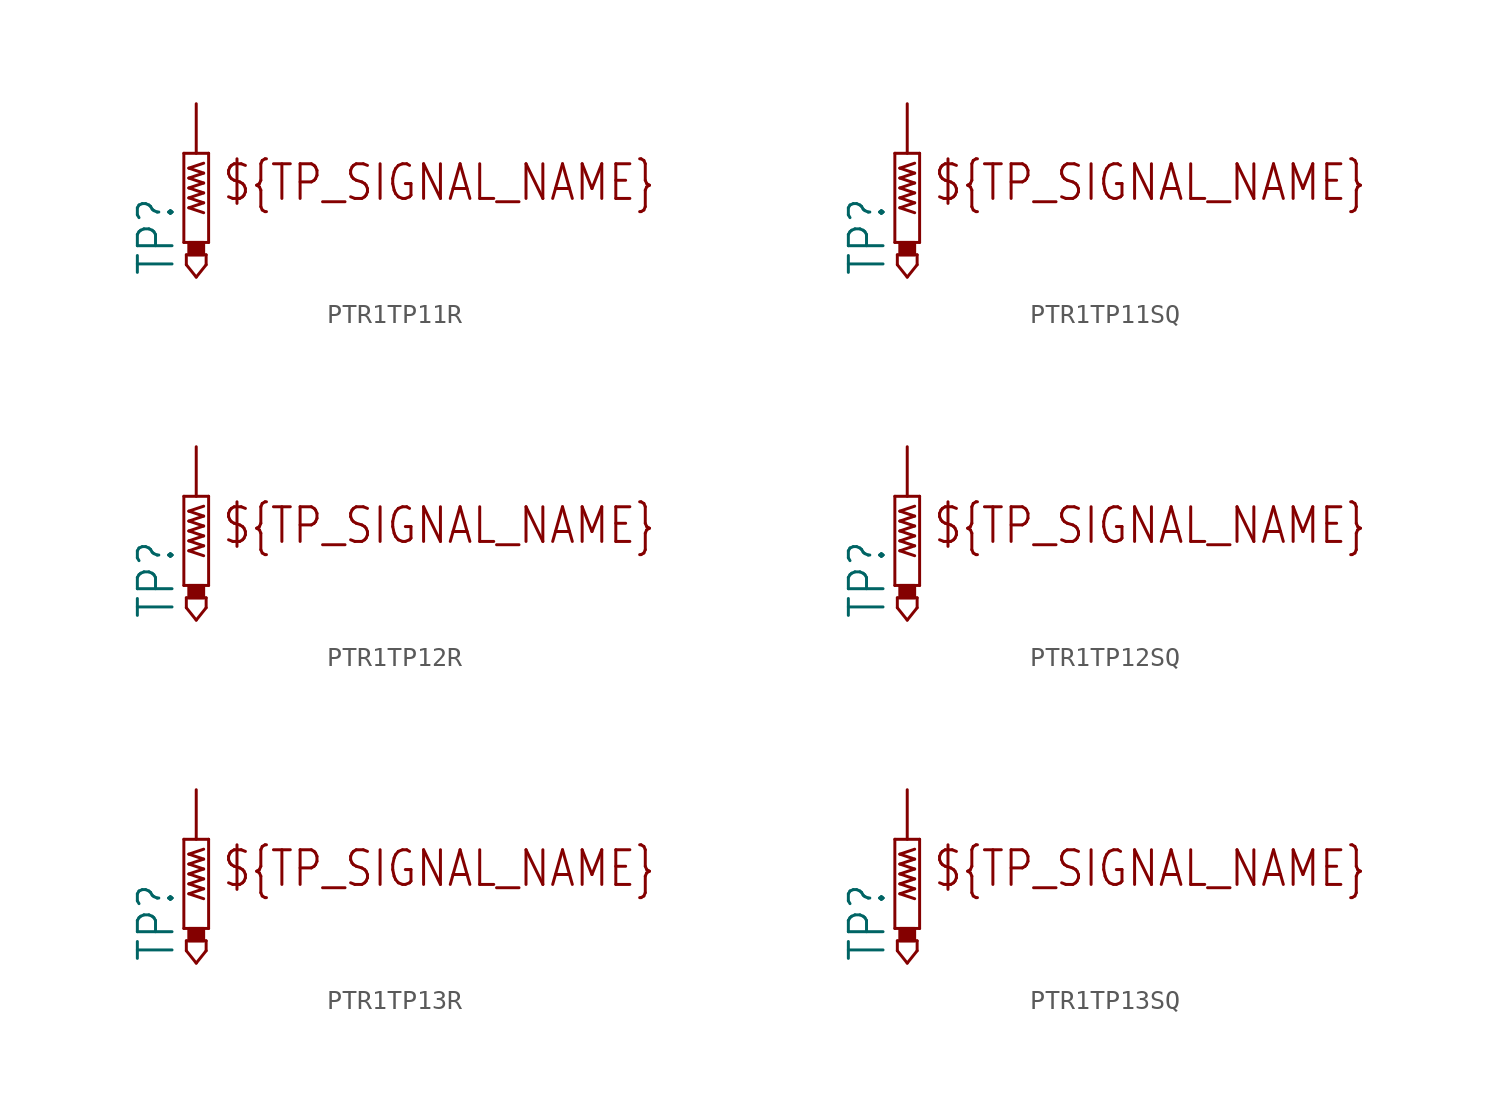
<source format=kicad_sym>
(kicad_symbol_lib
  (version 20241209)
  (generator "kicad_symbol_editor")
  (generator_version "9.0")
  (symbol "PTR1TP11R"
    (property "Reference" "TP"
      (at -1.016 -6.35 90)
      (effects (font (size 1.778 1.511)) (justify left bottom)))
    (property "ki_locked" ""
      (at 0 0 0)
      (effects (font (size 1.27 1.27))))
    (symbol "PTR1TP11R_1_0"
      (polyline (pts (xy -0.635 0) (xy -0.635 -4.572)) (stroke (width 0.152) (type solid)) (fill (type none)))
      (polyline (pts (xy -0.508 -5.207) (xy -0.508 -5.715)) (stroke (width 0.152) (type solid)) (fill (type none)))
      (polyline (pts (xy -0.508 -5.715) (xy 0 -6.35)) (stroke (width 0.152) (type solid)) (fill (type none)))
      (polyline (pts (xy -0.381 -0.762) (xy 0.381 -0.508)) (stroke (width 0.152) (type solid)) (fill (type none)))
      (polyline (pts (xy -0.381 -1.27) (xy 0.381 -1.016)) (stroke (width 0.152) (type solid)) (fill (type none)))
      (polyline (pts (xy -0.381 -1.778) (xy 0.381 -1.524)) (stroke (width 0.152) (type solid)) (fill (type none)))
      (polyline (pts (xy -0.381 -2.286) (xy 0.381 -2.032)) (stroke (width 0.152) (type solid)) (fill (type none)))
      (polyline (pts (xy -0.381 -2.794) (xy 0.381 -2.54)) (stroke (width 0.152) (type solid)) (fill (type none)))
      (rectangle (start -0.381 -5.207) (end 0.381 -4.572) (stroke (width 0) (type default)) (fill (type outline)))
      (polyline (pts (xy 0 -6.35) (xy 0.508 -5.715)) (stroke (width 0.152) (type solid)) (fill (type none)))
      (polyline (pts (xy 0.381 -1.016) (xy -0.381 -0.762)) (stroke (width 0.152) (type solid)) (fill (type none)))
      (polyline (pts (xy 0.381 -1.524) (xy -0.381 -1.27)) (stroke (width 0.152) (type solid)) (fill (type none)))
      (polyline (pts (xy 0.381 -2.032) (xy -0.381 -1.778)) (stroke (width 0.152) (type solid)) (fill (type none)))
      (polyline (pts (xy 0.381 -2.54) (xy -0.381 -2.286)) (stroke (width 0.152) (type solid)) (fill (type none)))
      (polyline (pts (xy 0.381 -3.048) (xy -0.381 -2.794)) (stroke (width 0.152) (type solid)) (fill (type none)))
      (polyline (pts (xy 0.508 -5.207) (xy -0.508 -5.207)) (stroke (width 0.152) (type solid)) (fill (type none)))
      (polyline (pts (xy 0.508 -5.715) (xy 0.508 -5.207)) (stroke (width 0.152) (type solid)) (fill (type none)))
      (polyline (pts (xy 0.635 0) (xy -0.635 0)) (stroke (width 0.152) (type solid)) (fill (type none)))
      (polyline (pts (xy 0.635 -4.572) (xy -0.635 -4.572)) (stroke (width 0.152) (type solid)) (fill (type none)))
      (polyline (pts (xy 0.635 -4.572) (xy 0.635 0)) (stroke (width 0.152) (type solid)) (fill (type none)))
      (text "${TP_SIGNAL_NAME}" (at 1.27 -2.54 0) (effects (font (size 1.778 1.511)) (justify left bottom)))
      (pin input line (at 0 2.54 270) (length 2.54) (name "TP" (effects (font (size 0 0)))) (number "TP" (effects (font (size 0 0)))))))
  (symbol "PTR1TP11SQ"
    (property "Reference" "TP"
      (at -1.016 -6.35 90)
      (effects (font (size 1.778 1.511)) (justify left bottom)))
    (property "ki_locked" ""
      (at 0 0 0)
      (effects (font (size 1.27 1.27))))
    (symbol "PTR1TP11SQ_1_0"
      (polyline (pts (xy -0.635 0) (xy -0.635 -4.572)) (stroke (width 0.152) (type solid)) (fill (type none)))
      (polyline (pts (xy -0.508 -5.207) (xy -0.508 -5.715)) (stroke (width 0.152) (type solid)) (fill (type none)))
      (polyline (pts (xy -0.508 -5.715) (xy 0 -6.35)) (stroke (width 0.152) (type solid)) (fill (type none)))
      (polyline (pts (xy -0.381 -0.762) (xy 0.381 -0.508)) (stroke (width 0.152) (type solid)) (fill (type none)))
      (polyline (pts (xy -0.381 -1.27) (xy 0.381 -1.016)) (stroke (width 0.152) (type solid)) (fill (type none)))
      (polyline (pts (xy -0.381 -1.778) (xy 0.381 -1.524)) (stroke (width 0.152) (type solid)) (fill (type none)))
      (polyline (pts (xy -0.381 -2.286) (xy 0.381 -2.032)) (stroke (width 0.152) (type solid)) (fill (type none)))
      (polyline (pts (xy -0.381 -2.794) (xy 0.381 -2.54)) (stroke (width 0.152) (type solid)) (fill (type none)))
      (rectangle (start -0.381 -5.207) (end 0.381 -4.572) (stroke (width 0) (type default)) (fill (type outline)))
      (polyline (pts (xy 0 -6.35) (xy 0.508 -5.715)) (stroke (width 0.152) (type solid)) (fill (type none)))
      (polyline (pts (xy 0.381 -1.016) (xy -0.381 -0.762)) (stroke (width 0.152) (type solid)) (fill (type none)))
      (polyline (pts (xy 0.381 -1.524) (xy -0.381 -1.27)) (stroke (width 0.152) (type solid)) (fill (type none)))
      (polyline (pts (xy 0.381 -2.032) (xy -0.381 -1.778)) (stroke (width 0.152) (type solid)) (fill (type none)))
      (polyline (pts (xy 0.381 -2.54) (xy -0.381 -2.286)) (stroke (width 0.152) (type solid)) (fill (type none)))
      (polyline (pts (xy 0.381 -3.048) (xy -0.381 -2.794)) (stroke (width 0.152) (type solid)) (fill (type none)))
      (polyline (pts (xy 0.508 -5.207) (xy -0.508 -5.207)) (stroke (width 0.152) (type solid)) (fill (type none)))
      (polyline (pts (xy 0.508 -5.715) (xy 0.508 -5.207)) (stroke (width 0.152) (type solid)) (fill (type none)))
      (polyline (pts (xy 0.635 0) (xy -0.635 0)) (stroke (width 0.152) (type solid)) (fill (type none)))
      (polyline (pts (xy 0.635 -4.572) (xy -0.635 -4.572)) (stroke (width 0.152) (type solid)) (fill (type none)))
      (polyline (pts (xy 0.635 -4.572) (xy 0.635 0)) (stroke (width 0.152) (type solid)) (fill (type none)))
      (text "${TP_SIGNAL_NAME}" (at 1.27 -2.54 0) (effects (font (size 1.778 1.511)) (justify left bottom)))
      (pin input line (at 0 2.54 270) (length 2.54) (name "TP" (effects (font (size 0 0)))) (number "TP" (effects (font (size 0 0)))))))
  (symbol "PTR1TP12R"
    (property "Reference" "TP"
      (at -1.016 -6.35 90)
      (effects (font (size 1.778 1.511)) (justify left bottom)))
    (property "ki_locked" ""
      (at 0 0 0)
      (effects (font (size 1.27 1.27))))
    (symbol "PTR1TP12R_1_0"
      (polyline (pts (xy -0.635 0) (xy -0.635 -4.572)) (stroke (width 0.152) (type solid)) (fill (type none)))
      (polyline (pts (xy -0.508 -5.207) (xy -0.508 -5.715)) (stroke (width 0.152) (type solid)) (fill (type none)))
      (polyline (pts (xy -0.508 -5.715) (xy 0 -6.35)) (stroke (width 0.152) (type solid)) (fill (type none)))
      (polyline (pts (xy -0.381 -0.762) (xy 0.381 -0.508)) (stroke (width 0.152) (type solid)) (fill (type none)))
      (polyline (pts (xy -0.381 -1.27) (xy 0.381 -1.016)) (stroke (width 0.152) (type solid)) (fill (type none)))
      (polyline (pts (xy -0.381 -1.778) (xy 0.381 -1.524)) (stroke (width 0.152) (type solid)) (fill (type none)))
      (polyline (pts (xy -0.381 -2.286) (xy 0.381 -2.032)) (stroke (width 0.152) (type solid)) (fill (type none)))
      (polyline (pts (xy -0.381 -2.794) (xy 0.381 -2.54)) (stroke (width 0.152) (type solid)) (fill (type none)))
      (rectangle (start -0.381 -5.207) (end 0.381 -4.572) (stroke (width 0) (type default)) (fill (type outline)))
      (polyline (pts (xy 0 -6.35) (xy 0.508 -5.715)) (stroke (width 0.152) (type solid)) (fill (type none)))
      (polyline (pts (xy 0.381 -1.016) (xy -0.381 -0.762)) (stroke (width 0.152) (type solid)) (fill (type none)))
      (polyline (pts (xy 0.381 -1.524) (xy -0.381 -1.27)) (stroke (width 0.152) (type solid)) (fill (type none)))
      (polyline (pts (xy 0.381 -2.032) (xy -0.381 -1.778)) (stroke (width 0.152) (type solid)) (fill (type none)))
      (polyline (pts (xy 0.381 -2.54) (xy -0.381 -2.286)) (stroke (width 0.152) (type solid)) (fill (type none)))
      (polyline (pts (xy 0.381 -3.048) (xy -0.381 -2.794)) (stroke (width 0.152) (type solid)) (fill (type none)))
      (polyline (pts (xy 0.508 -5.207) (xy -0.508 -5.207)) (stroke (width 0.152) (type solid)) (fill (type none)))
      (polyline (pts (xy 0.508 -5.715) (xy 0.508 -5.207)) (stroke (width 0.152) (type solid)) (fill (type none)))
      (polyline (pts (xy 0.635 0) (xy -0.635 0)) (stroke (width 0.152) (type solid)) (fill (type none)))
      (polyline (pts (xy 0.635 -4.572) (xy -0.635 -4.572)) (stroke (width 0.152) (type solid)) (fill (type none)))
      (polyline (pts (xy 0.635 -4.572) (xy 0.635 0)) (stroke (width 0.152) (type solid)) (fill (type none)))
      (text "${TP_SIGNAL_NAME}" (at 1.27 -2.54 0) (effects (font (size 1.778 1.511)) (justify left bottom)))
      (pin input line (at 0 2.54 270) (length 2.54) (name "TP" (effects (font (size 0 0)))) (number "TP" (effects (font (size 0 0)))))))
  (symbol "PTR1TP12SQ"
    (property "Reference" "TP"
      (at -1.016 -6.35 90)
      (effects (font (size 1.778 1.511)) (justify left bottom)))
    (property "ki_locked" ""
      (at 0 0 0)
      (effects (font (size 1.27 1.27))))
    (symbol "PTR1TP12SQ_1_0"
      (polyline (pts (xy -0.635 0) (xy -0.635 -4.572)) (stroke (width 0.152) (type solid)) (fill (type none)))
      (polyline (pts (xy -0.508 -5.207) (xy -0.508 -5.715)) (stroke (width 0.152) (type solid)) (fill (type none)))
      (polyline (pts (xy -0.508 -5.715) (xy 0 -6.35)) (stroke (width 0.152) (type solid)) (fill (type none)))
      (polyline (pts (xy -0.381 -0.762) (xy 0.381 -0.508)) (stroke (width 0.152) (type solid)) (fill (type none)))
      (polyline (pts (xy -0.381 -1.27) (xy 0.381 -1.016)) (stroke (width 0.152) (type solid)) (fill (type none)))
      (polyline (pts (xy -0.381 -1.778) (xy 0.381 -1.524)) (stroke (width 0.152) (type solid)) (fill (type none)))
      (polyline (pts (xy -0.381 -2.286) (xy 0.381 -2.032)) (stroke (width 0.152) (type solid)) (fill (type none)))
      (polyline (pts (xy -0.381 -2.794) (xy 0.381 -2.54)) (stroke (width 0.152) (type solid)) (fill (type none)))
      (rectangle (start -0.381 -5.207) (end 0.381 -4.572) (stroke (width 0) (type default)) (fill (type outline)))
      (polyline (pts (xy 0 -6.35) (xy 0.508 -5.715)) (stroke (width 0.152) (type solid)) (fill (type none)))
      (polyline (pts (xy 0.381 -1.016) (xy -0.381 -0.762)) (stroke (width 0.152) (type solid)) (fill (type none)))
      (polyline (pts (xy 0.381 -1.524) (xy -0.381 -1.27)) (stroke (width 0.152) (type solid)) (fill (type none)))
      (polyline (pts (xy 0.381 -2.032) (xy -0.381 -1.778)) (stroke (width 0.152) (type solid)) (fill (type none)))
      (polyline (pts (xy 0.381 -2.54) (xy -0.381 -2.286)) (stroke (width 0.152) (type solid)) (fill (type none)))
      (polyline (pts (xy 0.381 -3.048) (xy -0.381 -2.794)) (stroke (width 0.152) (type solid)) (fill (type none)))
      (polyline (pts (xy 0.508 -5.207) (xy -0.508 -5.207)) (stroke (width 0.152) (type solid)) (fill (type none)))
      (polyline (pts (xy 0.508 -5.715) (xy 0.508 -5.207)) (stroke (width 0.152) (type solid)) (fill (type none)))
      (polyline (pts (xy 0.635 0) (xy -0.635 0)) (stroke (width 0.152) (type solid)) (fill (type none)))
      (polyline (pts (xy 0.635 -4.572) (xy -0.635 -4.572)) (stroke (width 0.152) (type solid)) (fill (type none)))
      (polyline (pts (xy 0.635 -4.572) (xy 0.635 0)) (stroke (width 0.152) (type solid)) (fill (type none)))
      (text "${TP_SIGNAL_NAME}" (at 1.27 -2.54 0) (effects (font (size 1.778 1.511)) (justify left bottom)))
      (pin input line (at 0 2.54 270) (length 2.54) (name "TP" (effects (font (size 0 0)))) (number "TP" (effects (font (size 0 0)))))))
  (symbol "PTR1TP13R"
    (property "Reference" "TP"
      (at -1.016 -6.35 90)
      (effects (font (size 1.778 1.511)) (justify left bottom)))
    (property "ki_locked" ""
      (at 0 0 0)
      (effects (font (size 1.27 1.27))))
    (symbol "PTR1TP13R_1_0"
      (polyline (pts (xy -0.635 0) (xy -0.635 -4.572)) (stroke (width 0.152) (type solid)) (fill (type none)))
      (polyline (pts (xy -0.508 -5.207) (xy -0.508 -5.715)) (stroke (width 0.152) (type solid)) (fill (type none)))
      (polyline (pts (xy -0.508 -5.715) (xy 0 -6.35)) (stroke (width 0.152) (type solid)) (fill (type none)))
      (polyline (pts (xy -0.381 -0.762) (xy 0.381 -0.508)) (stroke (width 0.152) (type solid)) (fill (type none)))
      (polyline (pts (xy -0.381 -1.27) (xy 0.381 -1.016)) (stroke (width 0.152) (type solid)) (fill (type none)))
      (polyline (pts (xy -0.381 -1.778) (xy 0.381 -1.524)) (stroke (width 0.152) (type solid)) (fill (type none)))
      (polyline (pts (xy -0.381 -2.286) (xy 0.381 -2.032)) (stroke (width 0.152) (type solid)) (fill (type none)))
      (polyline (pts (xy -0.381 -2.794) (xy 0.381 -2.54)) (stroke (width 0.152) (type solid)) (fill (type none)))
      (rectangle (start -0.381 -5.207) (end 0.381 -4.572) (stroke (width 0) (type default)) (fill (type outline)))
      (polyline (pts (xy 0 -6.35) (xy 0.508 -5.715)) (stroke (width 0.152) (type solid)) (fill (type none)))
      (polyline (pts (xy 0.381 -1.016) (xy -0.381 -0.762)) (stroke (width 0.152) (type solid)) (fill (type none)))
      (polyline (pts (xy 0.381 -1.524) (xy -0.381 -1.27)) (stroke (width 0.152) (type solid)) (fill (type none)))
      (polyline (pts (xy 0.381 -2.032) (xy -0.381 -1.778)) (stroke (width 0.152) (type solid)) (fill (type none)))
      (polyline (pts (xy 0.381 -2.54) (xy -0.381 -2.286)) (stroke (width 0.152) (type solid)) (fill (type none)))
      (polyline (pts (xy 0.381 -3.048) (xy -0.381 -2.794)) (stroke (width 0.152) (type solid)) (fill (type none)))
      (polyline (pts (xy 0.508 -5.207) (xy -0.508 -5.207)) (stroke (width 0.152) (type solid)) (fill (type none)))
      (polyline (pts (xy 0.508 -5.715) (xy 0.508 -5.207)) (stroke (width 0.152) (type solid)) (fill (type none)))
      (polyline (pts (xy 0.635 0) (xy -0.635 0)) (stroke (width 0.152) (type solid)) (fill (type none)))
      (polyline (pts (xy 0.635 -4.572) (xy -0.635 -4.572)) (stroke (width 0.152) (type solid)) (fill (type none)))
      (polyline (pts (xy 0.635 -4.572) (xy 0.635 0)) (stroke (width 0.152) (type solid)) (fill (type none)))
      (text "${TP_SIGNAL_NAME}" (at 1.27 -2.54 0) (effects (font (size 1.778 1.511)) (justify left bottom)))
      (pin input line (at 0 2.54 270) (length 2.54) (name "TP" (effects (font (size 0 0)))) (number "TP" (effects (font (size 0 0)))))))
  (symbol "PTR1TP13SQ"
    (property "Reference" "TP"
      (at -1.016 -6.35 90)
      (effects (font (size 1.778 1.511)) (justify left bottom)))
    (property "ki_locked" ""
      (at 0 0 0)
      (effects (font (size 1.27 1.27))))
    (symbol "PTR1TP13SQ_1_0"
      (polyline (pts (xy -0.635 0) (xy -0.635 -4.572)) (stroke (width 0.152) (type solid)) (fill (type none)))
      (polyline (pts (xy -0.508 -5.207) (xy -0.508 -5.715)) (stroke (width 0.152) (type solid)) (fill (type none)))
      (polyline (pts (xy -0.508 -5.715) (xy 0 -6.35)) (stroke (width 0.152) (type solid)) (fill (type none)))
      (polyline (pts (xy -0.381 -0.762) (xy 0.381 -0.508)) (stroke (width 0.152) (type solid)) (fill (type none)))
      (polyline (pts (xy -0.381 -1.27) (xy 0.381 -1.016)) (stroke (width 0.152) (type solid)) (fill (type none)))
      (polyline (pts (xy -0.381 -1.778) (xy 0.381 -1.524)) (stroke (width 0.152) (type solid)) (fill (type none)))
      (polyline (pts (xy -0.381 -2.286) (xy 0.381 -2.032)) (stroke (width 0.152) (type solid)) (fill (type none)))
      (polyline (pts (xy -0.381 -2.794) (xy 0.381 -2.54)) (stroke (width 0.152) (type solid)) (fill (type none)))
      (rectangle (start -0.381 -5.207) (end 0.381 -4.572) (stroke (width 0) (type default)) (fill (type outline)))
      (polyline (pts (xy 0 -6.35) (xy 0.508 -5.715)) (stroke (width 0.152) (type solid)) (fill (type none)))
      (polyline (pts (xy 0.381 -1.016) (xy -0.381 -0.762)) (stroke (width 0.152) (type solid)) (fill (type none)))
      (polyline (pts (xy 0.381 -1.524) (xy -0.381 -1.27)) (stroke (width 0.152) (type solid)) (fill (type none)))
      (polyline (pts (xy 0.381 -2.032) (xy -0.381 -1.778)) (stroke (width 0.152) (type solid)) (fill (type none)))
      (polyline (pts (xy 0.381 -2.54) (xy -0.381 -2.286)) (stroke (width 0.152) (type solid)) (fill (type none)))
      (polyline (pts (xy 0.381 -3.048) (xy -0.381 -2.794)) (stroke (width 0.152) (type solid)) (fill (type none)))
      (polyline (pts (xy 0.508 -5.207) (xy -0.508 -5.207)) (stroke (width 0.152) (type solid)) (fill (type none)))
      (polyline (pts (xy 0.508 -5.715) (xy 0.508 -5.207)) (stroke (width 0.152) (type solid)) (fill (type none)))
      (polyline (pts (xy 0.635 0) (xy -0.635 0)) (stroke (width 0.152) (type solid)) (fill (type none)))
      (polyline (pts (xy 0.635 -4.572) (xy -0.635 -4.572)) (stroke (width 0.152) (type solid)) (fill (type none)))
      (polyline (pts (xy 0.635 -4.572) (xy 0.635 0)) (stroke (width 0.152) (type solid)) (fill (type none)))
      (text "${TP_SIGNAL_NAME}" (at 1.27 -2.54 0) (effects (font (size 1.778 1.511)) (justify left bottom)))
      (pin input line (at 0 2.54 270) (length 2.54) (name "TP" (effects (font (size 0 0)))) (number "TP" (effects (font (size 0 0))))))))
</source>
